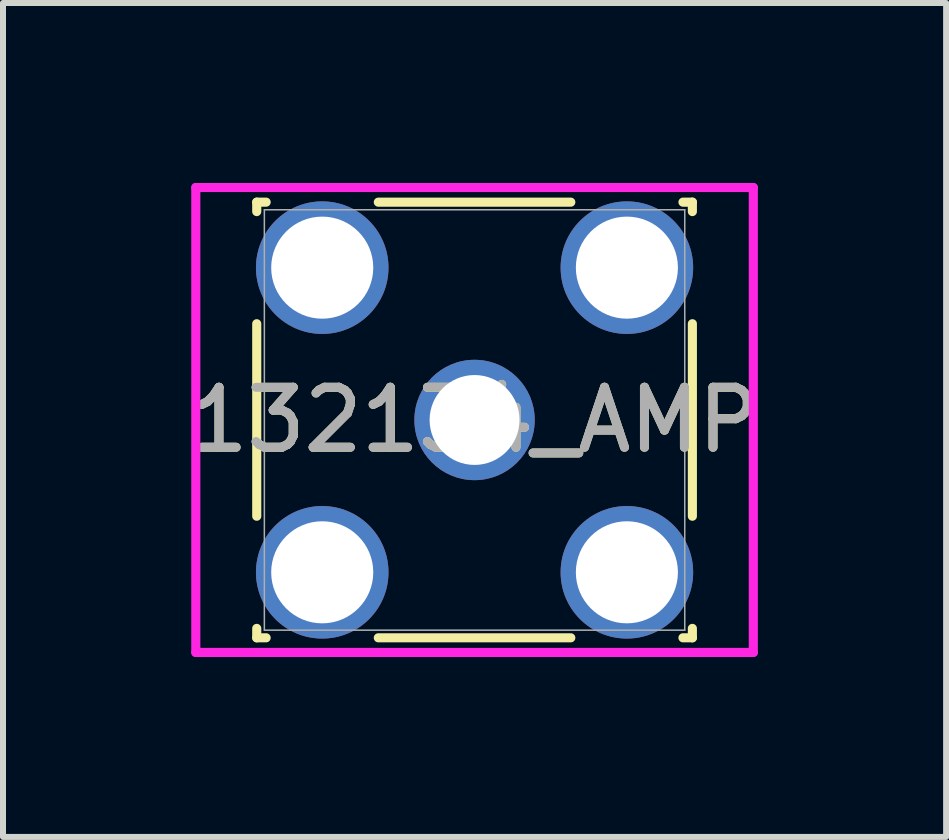
<source format=kicad_pcb>
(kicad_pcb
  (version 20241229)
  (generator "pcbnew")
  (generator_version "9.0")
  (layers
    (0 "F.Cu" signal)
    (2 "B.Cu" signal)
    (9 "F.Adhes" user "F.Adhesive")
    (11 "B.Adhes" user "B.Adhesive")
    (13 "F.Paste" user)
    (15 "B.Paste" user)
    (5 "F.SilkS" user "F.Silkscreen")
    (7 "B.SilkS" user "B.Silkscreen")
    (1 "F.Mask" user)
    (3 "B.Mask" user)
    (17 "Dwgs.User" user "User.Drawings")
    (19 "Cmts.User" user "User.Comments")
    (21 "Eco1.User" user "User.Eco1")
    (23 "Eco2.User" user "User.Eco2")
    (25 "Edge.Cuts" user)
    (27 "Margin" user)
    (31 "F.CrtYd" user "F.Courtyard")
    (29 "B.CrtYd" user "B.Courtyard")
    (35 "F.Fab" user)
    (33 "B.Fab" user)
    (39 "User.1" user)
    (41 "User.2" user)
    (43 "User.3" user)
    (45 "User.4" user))
  (footprint "132134_AMP"
    (layer "F.Cu")
    (at 4.863 3.953)
    (property "Reference" "132134_AMP" (at 0 0 0) (unlocked yes) (layer "F.SilkS") (effects (font (size 1 1) (thickness 0.15))))
    (attr through_hole)
    (fp_line (start -3.632 -3.632) (end -3.632 -3.475) (stroke (width 0.152) (type solid)) (layer "F.SilkS"))
    (fp_line (start -3.632 -1.605) (end -3.632 1.605) (stroke (width 0.152) (type solid)) (layer "F.SilkS"))
    (fp_line (start -3.632 3.475) (end -3.632 3.632) (stroke (width 0.152) (type solid)) (layer "F.SilkS"))
    (fp_line (start -3.632 3.632) (end -3.475 3.632) (stroke (width 0.152) (type solid)) (layer "F.SilkS"))
    (fp_line (start -3.475 -3.632) (end -3.632 -3.632) (stroke (width 0.152) (type solid)) (layer "F.SilkS"))
    (fp_line (start -1.605 3.632) (end 1.605 3.632) (stroke (width 0.152) (type solid)) (layer "F.SilkS"))
    (fp_line (start 1.605 -3.632) (end -1.605 -3.632) (stroke (width 0.152) (type solid)) (layer "F.SilkS"))
    (fp_line (start 3.475 3.632) (end 3.632 3.632) (stroke (width 0.152) (type solid)) (layer "F.SilkS"))
    (fp_line (start 3.632 -3.632) (end 3.475 -3.632) (stroke (width 0.152) (type solid)) (layer "F.SilkS"))
    (fp_line (start 3.632 -3.475) (end 3.632 -3.632) (stroke (width 0.152) (type solid)) (layer "F.SilkS"))
    (fp_line (start 3.632 1.605) (end 3.632 -1.605) (stroke (width 0.152) (type solid)) (layer "F.SilkS"))
    (fp_line (start 3.632 3.632) (end 3.632 3.475) (stroke (width 0.152) (type solid)) (layer "F.SilkS"))
    (fp_line (start -4.648 -3.876) (end 4.648 -3.876) (stroke (width 0.152) (type solid)) (layer "F.CrtYd"))
    (fp_line (start -4.648 3.876) (end -4.648 -3.876) (stroke (width 0.152) (type solid)) (layer "F.CrtYd"))
    (fp_line (start 4.648 -3.876) (end 4.648 3.876) (stroke (width 0.152) (type solid)) (layer "F.CrtYd"))
    (fp_line (start 4.648 3.876) (end -4.648 3.876) (stroke (width 0.152) (type solid)) (layer "F.CrtYd"))
    (fp_line (start -3.505 -3.505) (end -3.505 3.505) (stroke (width 0.025) (type solid)) (layer "F.Fab"))
    (fp_line (start -3.505 3.505) (end 3.505 3.505) (stroke (width 0.025) (type solid)) (layer "F.Fab"))
    (fp_line (start 3.505 -3.505) (end -3.505 -3.505) (stroke (width 0.025) (type solid)) (layer "F.Fab"))
    (fp_line (start 3.505 3.505) (end 3.505 -3.505) (stroke (width 0.025) (type solid)) (layer "F.Fab"))
    (fp_circle (center 3.124 0) (end 3.124 0) (stroke (width 0.025) (type solid)) (fill no) (layer "F.Fab"))
    (fp_text user "${REFERENCE}" (at 0 0 0) (unlocked yes) (layer "F.Fab") (effects (font (size 1 1) (thickness 0.15))))
    (pad "1" thru_hole circle (at 0 0) (size 2.007 2.007) (drill 1.499) (layers "*.Cu" "*.Mask"))
    (pad "2" thru_hole circle (at -2.54 -2.54) (size 2.21 2.21) (drill 1.702) (layers "*.Cu" "*.Mask"))
    (pad "3" thru_hole circle (at -2.54 2.54) (size 2.21 2.21) (drill 1.702) (layers "*.Cu" "*.Mask"))
    (pad "4" thru_hole circle (at 2.54 2.54) (size 2.21 2.21) (drill 1.702) (layers "*.Cu" "*.Mask"))
    (pad "5" thru_hole circle (at 2.54 -2.54) (size 2.21 2.21) (drill 1.702) (layers "*.Cu" "*.Mask")))
  (gr_rect
    (start -3 -3)
    (end 12.726 10.905)
    (stroke (width 0.1) (type default))
    (fill no)
    (layer "Edge.Cuts")))
</source>
